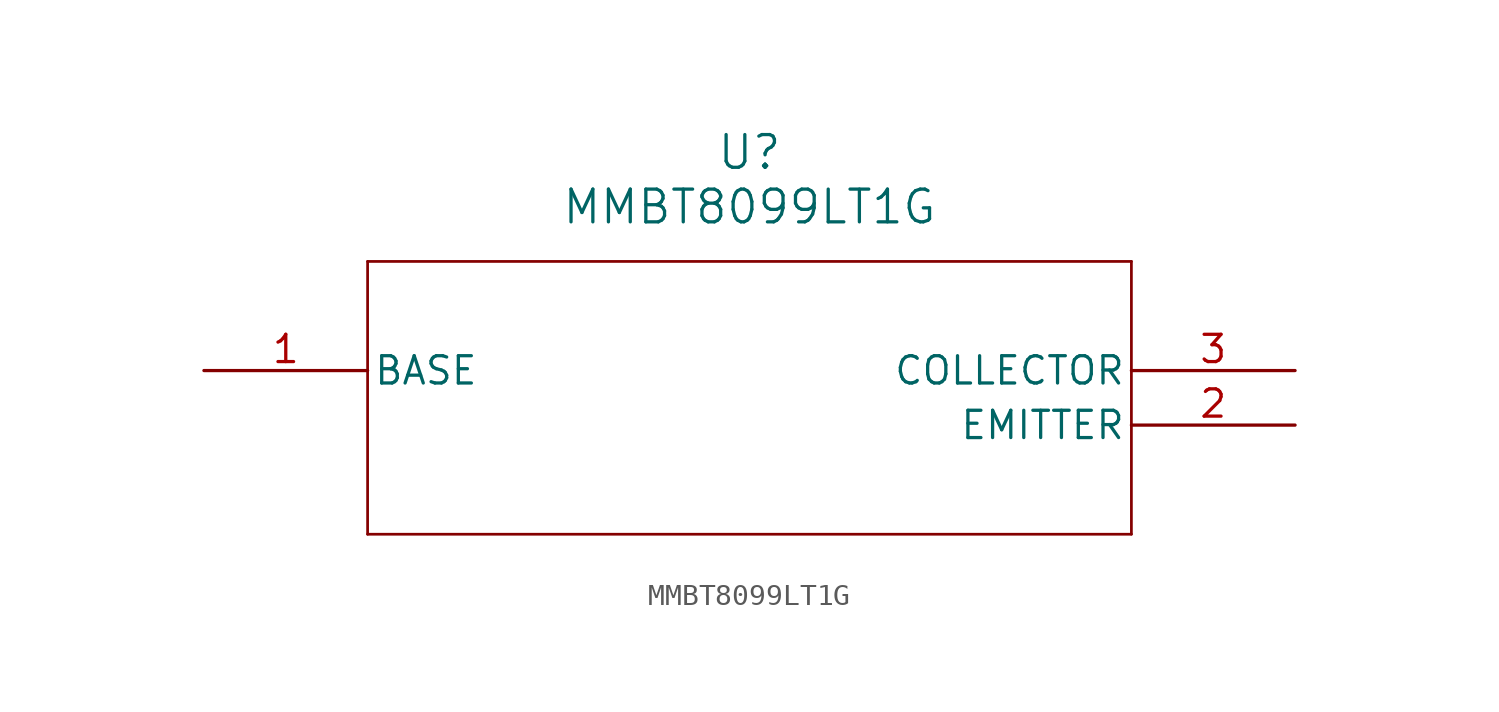
<source format=kicad_sym>
(kicad_symbol_lib
  (version 20211014)
  (generator kicad_symbol_editor)
  (symbol "MMBT8099LT1G"
    (pin_names
      (offset 0.254))
    (property "Reference" "U"
      (at 25.4 10.16 0)
      (effects (font (size 1.524 1.524))))
    (property "Value" "MMBT8099LT1G"
      (at 25.4 7.62 0)
      (effects (font (size 1.524 1.524))))
    (symbol "MMBT8099LT1G_0_1"
      (polyline (pts (xy 7.62 5.08) (xy 7.62 -7.62)) (stroke (width 0.127) (type default) (color 0 0 0 0)) (fill (type none)))
      (polyline (pts (xy 7.62 -7.62) (xy 43.18 -7.62)) (stroke (width 0.127) (type default) (color 0 0 0 0)) (fill (type none)))
      (polyline (pts (xy 43.18 -7.62) (xy 43.18 5.08)) (stroke (width 0.127) (type default) (color 0 0 0 0)) (fill (type none)))
      (polyline (pts (xy 43.18 5.08) (xy 7.62 5.08)) (stroke (width 0.127) (type default) (color 0 0 0 0)) (fill (type none)))
      (pin unspecified line (at 0 0 0) (length 7.62) (name "BASE" (effects (font (size 1.27 1.27)))) (number "1" (effects (font (size 1.27 1.27)))))
      (pin unspecified line (at 50.8 -2.54 180) (length 7.62) (name "EMITTER" (effects (font (size 1.27 1.27)))) (number "2" (effects (font (size 1.27 1.27)))))
      (pin unspecified line (at 50.8 0 180) (length 7.62) (name "COLLECTOR" (effects (font (size 1.27 1.27)))) (number "3" (effects (font (size 1.27 1.27))))))))
</source>
